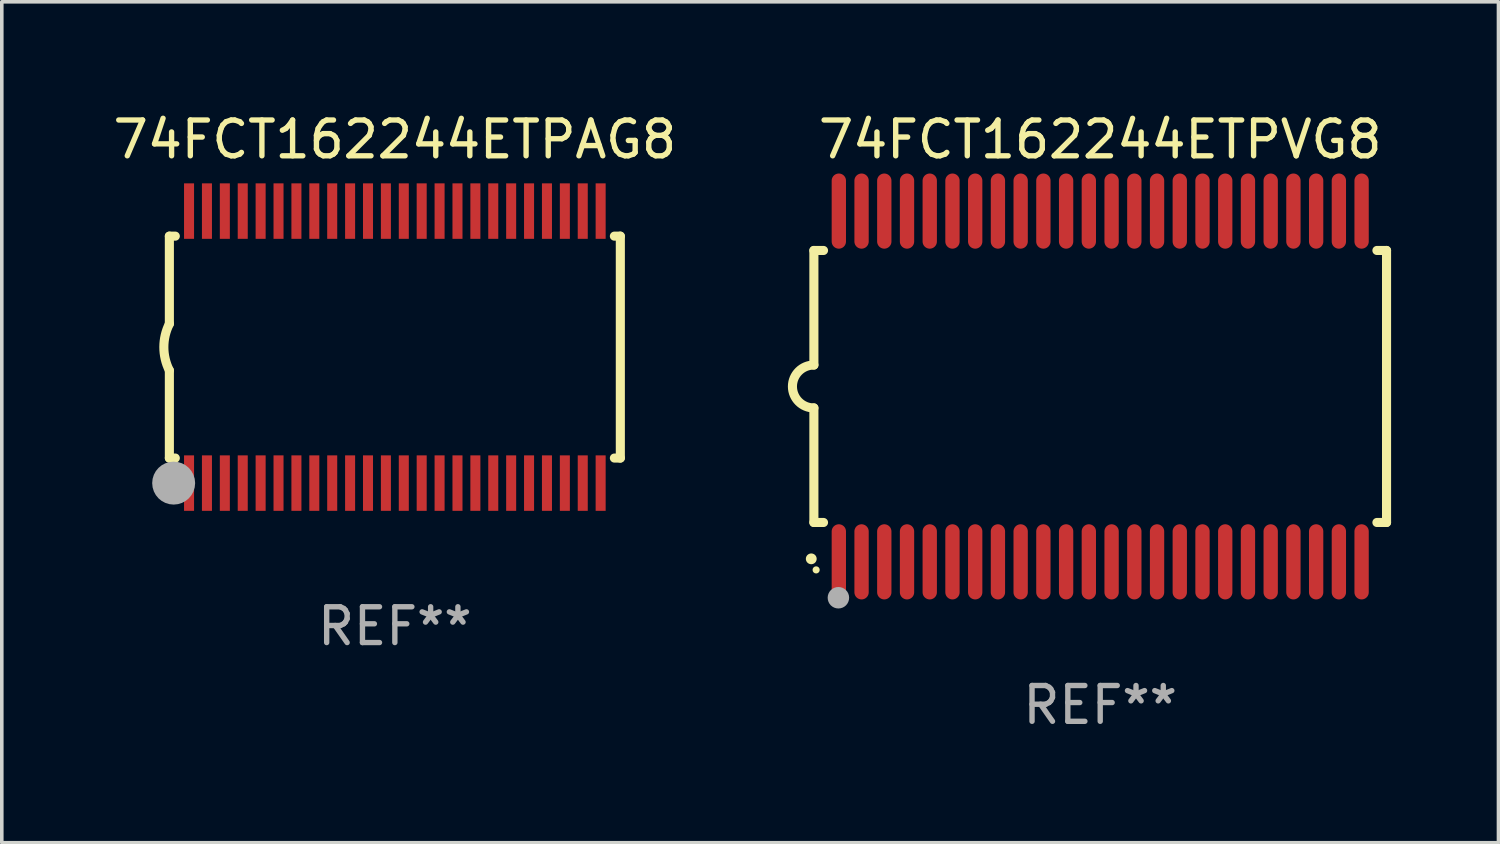
<source format=kicad_pcb>
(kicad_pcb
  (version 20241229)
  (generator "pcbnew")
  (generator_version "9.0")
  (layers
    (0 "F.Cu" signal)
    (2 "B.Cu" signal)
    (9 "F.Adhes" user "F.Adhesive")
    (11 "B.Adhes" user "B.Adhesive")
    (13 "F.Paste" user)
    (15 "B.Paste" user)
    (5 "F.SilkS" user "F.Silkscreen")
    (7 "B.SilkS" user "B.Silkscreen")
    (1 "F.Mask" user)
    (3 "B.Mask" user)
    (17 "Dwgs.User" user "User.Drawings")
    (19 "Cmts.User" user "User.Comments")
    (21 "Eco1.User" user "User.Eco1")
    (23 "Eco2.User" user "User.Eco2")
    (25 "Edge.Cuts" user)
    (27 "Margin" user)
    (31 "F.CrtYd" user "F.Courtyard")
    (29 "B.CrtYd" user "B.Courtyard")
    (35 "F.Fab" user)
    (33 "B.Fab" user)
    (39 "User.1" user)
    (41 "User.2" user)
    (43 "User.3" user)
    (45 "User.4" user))
  (footprint "74FCT162244ETPAG8"
    (layer "F.Cu")
    (at 7.982 6.648)
    (property "Reference" "74FCT162244ETPAG8" (at 0 -5.8 0) (layer "F.SilkS") (effects (font (size 1 1) (thickness 0.15))))
    (attr through_hole)
    (fp_line (start -6.3 -3.1) (end -6.3 -0.65) (stroke (width 0.254) (type solid)) (layer "F.SilkS"))
    (fp_line (start -6.3 -3.1) (end -6.134 -3.1) (stroke (width 0.254) (type solid)) (layer "F.SilkS"))
    (fp_line (start -6.3 3.1) (end -6.3 0.65) (stroke (width 0.254) (type solid)) (layer "F.SilkS"))
    (fp_line (start -6.3 3.1) (end -6.134 3.1) (stroke (width 0.254) (type solid)) (layer "F.SilkS"))
    (fp_line (start 6.134 -3.1) (end 6.3 -3.1) (stroke (width 0.254) (type solid)) (layer "F.SilkS"))
    (fp_line (start 6.134 3.1) (end 6.3 3.1) (stroke (width 0.254) (type solid)) (layer "F.SilkS"))
    (fp_line (start 6.3 -3.1) (end 6.3 3.1) (stroke (width 0.254) (type solid)) (layer "F.SilkS"))
    (fp_arc (start -6.301016 0.650114) (mid -6.45413 -0.000082) (end -6.3 -0.650038) (stroke (width 0.254001) (type solid)) (layer "F.SilkS"))
    (fp_circle (center -6.35 3.81) (end -6.223 3.81) (stroke (width 0.254) (type solid)) (fill no) (layer "F.SilkS"))
    (fp_circle (center -6.25 4.05) (end -6.22 4.05) (stroke (width 0.06) (type solid)) (fill no) (layer "F.SilkS"))
    (fp_circle (center -6.18 3.8) (end -5.88 3.8) (stroke (width 0.6) (type solid)) (fill no) (layer "F.Fab"))
    (fp_text user "REF**" (at 0 7.8 0) (layer "F.Fab") (effects (font (size 1 1) (thickness 0.15))))
    (pad "1" smd rect (at -5.75 3.8) (size 0.28 1.55) (layers "F.Cu" "F.Mask" "F.Paste"))
    (pad "2" smd rect (at -5.25 3.8) (size 0.28 1.55) (layers "F.Cu" "F.Mask" "F.Paste"))
    (pad "3" smd rect (at -4.75 3.8) (size 0.28 1.55) (layers "F.Cu" "F.Mask" "F.Paste"))
    (pad "4" smd rect (at -4.25 3.8) (size 0.28 1.55) (layers "F.Cu" "F.Mask" "F.Paste"))
    (pad "5" smd rect (at -3.75 3.8) (size 0.28 1.55) (layers "F.Cu" "F.Mask" "F.Paste"))
    (pad "6" smd rect (at -3.25 3.8) (size 0.28 1.55) (layers "F.Cu" "F.Mask" "F.Paste"))
    (pad "7" smd rect (at -2.75 3.8) (size 0.28 1.55) (layers "F.Cu" "F.Mask" "F.Paste"))
    (pad "8" smd rect (at -2.25 3.8) (size 0.28 1.55) (layers "F.Cu" "F.Mask" "F.Paste"))
    (pad "9" smd rect (at -1.75 3.8) (size 0.28 1.55) (layers "F.Cu" "F.Mask" "F.Paste"))
    (pad "10" smd rect (at -1.25 3.8) (size 0.28 1.55) (layers "F.Cu" "F.Mask" "F.Paste"))
    (pad "11" smd rect (at -0.75 3.8) (size 0.28 1.55) (layers "F.Cu" "F.Mask" "F.Paste"))
    (pad "12" smd rect (at -0.25 3.8) (size 0.28 1.55) (layers "F.Cu" "F.Mask" "F.Paste"))
    (pad "13" smd rect (at 0.25 3.8) (size 0.28 1.55) (layers "F.Cu" "F.Mask" "F.Paste"))
    (pad "14" smd rect (at 0.75 3.8) (size 0.28 1.55) (layers "F.Cu" "F.Mask" "F.Paste"))
    (pad "15" smd rect (at 1.25 3.8) (size 0.28 1.55) (layers "F.Cu" "F.Mask" "F.Paste"))
    (pad "16" smd rect (at 1.75 3.8) (size 0.28 1.55) (layers "F.Cu" "F.Mask" "F.Paste"))
    (pad "17" smd rect (at 2.25 3.8) (size 0.28 1.55) (layers "F.Cu" "F.Mask" "F.Paste"))
    (pad "18" smd rect (at 2.75 3.8) (size 0.28 1.55) (layers "F.Cu" "F.Mask" "F.Paste"))
    (pad "19" smd rect (at 3.25 3.8) (size 0.28 1.55) (layers "F.Cu" "F.Mask" "F.Paste"))
    (pad "20" smd rect (at 3.75 3.8) (size 0.28 1.55) (layers "F.Cu" "F.Mask" "F.Paste"))
    (pad "21" smd rect (at 4.25 3.8) (size 0.28 1.55) (layers "F.Cu" "F.Mask" "F.Paste"))
    (pad "22" smd rect (at 4.75 3.8) (size 0.28 1.55) (layers "F.Cu" "F.Mask" "F.Paste"))
    (pad "23" smd rect (at 5.25 3.8) (size 0.28 1.55) (layers "F.Cu" "F.Mask" "F.Paste"))
    (pad "24" smd rect (at 5.75 3.8) (size 0.28 1.55) (layers "F.Cu" "F.Mask" "F.Paste"))
    (pad "25" smd rect (at 5.75 -3.8) (size 0.28 1.55) (layers "F.Cu" "F.Mask" "F.Paste"))
    (pad "26" smd rect (at 5.25 -3.8) (size 0.28 1.55) (layers "F.Cu" "F.Mask" "F.Paste"))
    (pad "27" smd rect (at 4.75 -3.8) (size 0.28 1.55) (layers "F.Cu" "F.Mask" "F.Paste"))
    (pad "28" smd rect (at 4.25 -3.8) (size 0.28 1.55) (layers "F.Cu" "F.Mask" "F.Paste"))
    (pad "29" smd rect (at 3.75 -3.8) (size 0.28 1.55) (layers "F.Cu" "F.Mask" "F.Paste"))
    (pad "30" smd rect (at 3.25 -3.8) (size 0.28 1.55) (layers "F.Cu" "F.Mask" "F.Paste"))
    (pad "31" smd rect (at 2.75 -3.8) (size 0.28 1.55) (layers "F.Cu" "F.Mask" "F.Paste"))
    (pad "32" smd rect (at 2.25 -3.8) (size 0.28 1.55) (layers "F.Cu" "F.Mask" "F.Paste"))
    (pad "33" smd rect (at 1.75 -3.8) (size 0.28 1.55) (layers "F.Cu" "F.Mask" "F.Paste"))
    (pad "34" smd rect (at 1.25 -3.8) (size 0.28 1.55) (layers "F.Cu" "F.Mask" "F.Paste"))
    (pad "35" smd rect (at 0.75 -3.8) (size 0.28 1.55) (layers "F.Cu" "F.Mask" "F.Paste"))
    (pad "36" smd rect (at 0.25 -3.8) (size 0.28 1.55) (layers "F.Cu" "F.Mask" "F.Paste"))
    (pad "37" smd rect (at -0.25 -3.8) (size 0.28 1.55) (layers "F.Cu" "F.Mask" "F.Paste"))
    (pad "38" smd rect (at -0.75 -3.8) (size 0.28 1.55) (layers "F.Cu" "F.Mask" "F.Paste"))
    (pad "39" smd rect (at -1.25 -3.8) (size 0.28 1.55) (layers "F.Cu" "F.Mask" "F.Paste"))
    (pad "40" smd rect (at -1.75 -3.8) (size 0.28 1.55) (layers "F.Cu" "F.Mask" "F.Paste"))
    (pad "41" smd rect (at -2.25 -3.8) (size 0.28 1.55) (layers "F.Cu" "F.Mask" "F.Paste"))
    (pad "42" smd rect (at -2.75 -3.8) (size 0.28 1.55) (layers "F.Cu" "F.Mask" "F.Paste"))
    (pad "43" smd rect (at -3.25 -3.8) (size 0.28 1.55) (layers "F.Cu" "F.Mask" "F.Paste"))
    (pad "44" smd rect (at -3.75 -3.8) (size 0.28 1.55) (layers "F.Cu" "F.Mask" "F.Paste"))
    (pad "45" smd rect (at -4.25 -3.8) (size 0.28 1.55) (layers "F.Cu" "F.Mask" "F.Paste"))
    (pad "46" smd rect (at -4.75 -3.8) (size 0.28 1.55) (layers "F.Cu" "F.Mask" "F.Paste"))
    (pad "47" smd rect (at -5.25 -3.8) (size 0.28 1.55) (layers "F.Cu" "F.Mask" "F.Paste"))
    (pad "48" smd rect (at -5.75 -3.8) (size 0.28 1.55) (layers "F.Cu" "F.Mask" "F.Paste")))
  (footprint "74FCT162244ETPVG8"
    (layer "F.Cu")
    (at 27.69 7.748)
    (property "Reference" "74FCT162244ETPVG8" (at 0 -6.9 0) (layer "F.SilkS") (effects (font (size 1 1) (thickness 0.15))))
    (attr through_hole)
    (fp_line (start -8 -3.8) (end -8 -0.599) (stroke (width 0.254) (type solid)) (layer "F.SilkS"))
    (fp_line (start -8 -3.8) (end -7.731 -3.8) (stroke (width 0.254) (type solid)) (layer "F.SilkS"))
    (fp_line (start -8 3.8) (end -8 0.599) (stroke (width 0.254) (type solid)) (layer "F.SilkS"))
    (fp_line (start -7.731 3.8) (end -8 3.8) (stroke (width 0.254) (type solid)) (layer "F.SilkS"))
    (fp_line (start 7.731 -3.8) (end 8 -3.8) (stroke (width 0.254) (type solid)) (layer "F.SilkS"))
    (fp_line (start 8 -3.8) (end 8 3.8) (stroke (width 0.254) (type solid)) (layer "F.SilkS"))
    (fp_line (start 8 3.8) (end 7.731 3.8) (stroke (width 0.254) (type solid)) (layer "F.SilkS"))
    (fp_arc (start -8.074676 4.81585) (mid -8.073406 4.815845) (end -8.072136 4.81585) (stroke (width 0.3) (type solid)) (layer "F.SilkS"))
    (fp_arc (start -8.000025 0.6) (mid -8.598908 0.00056) (end -8.000027 -0.598882) (stroke (width 0.254001) (type solid)) (layer "F.SilkS"))
    (fp_circle (center -7.937 5.125) (end -7.887 5.125) (stroke (width 0.1) (type solid)) (fill no) (layer "F.SilkS"))
    (fp_circle (center -7.315 5.903) (end -7.165 5.903) (stroke (width 0.3) (type solid)) (fill no) (layer "F.Fab"))
    (fp_text user "REF**" (at 0 8.9 0) (layer "F.Fab") (effects (font (size 1 1) (thickness 0.15))))
    (pad "1" smd oval (at -7.303 4.9) (size 0.4 2.1) (layers "F.Cu" "F.Mask" "F.Paste"))
    (pad "2" smd oval (at -6.668 4.9) (size 0.4 2.1) (layers "F.Cu" "F.Mask" "F.Paste"))
    (pad "3" smd oval (at -6.033 4.9) (size 0.4 2.1) (layers "F.Cu" "F.Mask" "F.Paste"))
    (pad "4" smd oval (at -5.398 4.9) (size 0.4 2.1) (layers "F.Cu" "F.Mask" "F.Paste"))
    (pad "5" smd oval (at -4.763 4.9) (size 0.4 2.1) (layers "F.Cu" "F.Mask" "F.Paste"))
    (pad "6" smd oval (at -4.128 4.9) (size 0.4 2.1) (layers "F.Cu" "F.Mask" "F.Paste"))
    (pad "7" smd oval (at -3.493 4.9) (size 0.4 2.1) (layers "F.Cu" "F.Mask" "F.Paste"))
    (pad "8" smd oval (at -2.858 4.9) (size 0.4 2.1) (layers "F.Cu" "F.Mask" "F.Paste"))
    (pad "9" smd oval (at -2.223 4.9) (size 0.4 2.1) (layers "F.Cu" "F.Mask" "F.Paste"))
    (pad "10" smd oval (at -1.588 4.9) (size 0.4 2.1) (layers "F.Cu" "F.Mask" "F.Paste"))
    (pad "11" smd oval (at -0.953 4.9) (size 0.4 2.1) (layers "F.Cu" "F.Mask" "F.Paste"))
    (pad "12" smd oval (at -0.318 4.9) (size 0.4 2.1) (layers "F.Cu" "F.Mask" "F.Paste"))
    (pad "13" smd oval (at 0.318 4.9) (size 0.4 2.1) (layers "F.Cu" "F.Mask" "F.Paste"))
    (pad "14" smd oval (at 0.953 4.9) (size 0.4 2.1) (layers "F.Cu" "F.Mask" "F.Paste"))
    (pad "15" smd oval (at 1.588 4.9) (size 0.4 2.1) (layers "F.Cu" "F.Mask" "F.Paste"))
    (pad "16" smd oval (at 2.223 4.9) (size 0.4 2.1) (layers "F.Cu" "F.Mask" "F.Paste"))
    (pad "17" smd oval (at 2.858 4.9) (size 0.4 2.1) (layers "F.Cu" "F.Mask" "F.Paste"))
    (pad "18" smd oval (at 3.493 4.9) (size 0.4 2.1) (layers "F.Cu" "F.Mask" "F.Paste"))
    (pad "19" smd oval (at 4.128 4.9) (size 0.4 2.1) (layers "F.Cu" "F.Mask" "F.Paste"))
    (pad "20" smd oval (at 4.763 4.9) (size 0.4 2.1) (layers "F.Cu" "F.Mask" "F.Paste"))
    (pad "21" smd oval (at 5.398 4.9) (size 0.4 2.1) (layers "F.Cu" "F.Mask" "F.Paste"))
    (pad "22" smd oval (at 6.033 4.9) (size 0.4 2.1) (layers "F.Cu" "F.Mask" "F.Paste"))
    (pad "23" smd oval (at 6.668 4.9) (size 0.4 2.1) (layers "F.Cu" "F.Mask" "F.Paste"))
    (pad "24" smd oval (at 7.303 4.9) (size 0.4 2.1) (layers "F.Cu" "F.Mask" "F.Paste"))
    (pad "25" smd oval (at 7.303 -4.9 180) (size 0.4 2.1) (layers "F.Cu" "F.Mask" "F.Paste"))
    (pad "26" smd oval (at 6.668 -4.9 180) (size 0.4 2.1) (layers "F.Cu" "F.Mask" "F.Paste"))
    (pad "27" smd oval (at 6.033 -4.9 180) (size 0.4 2.1) (layers "F.Cu" "F.Mask" "F.Paste"))
    (pad "28" smd oval (at 5.398 -4.9 180) (size 0.4 2.1) (layers "F.Cu" "F.Mask" "F.Paste"))
    (pad "29" smd oval (at 4.763 -4.9 180) (size 0.4 2.1) (layers "F.Cu" "F.Mask" "F.Paste"))
    (pad "30" smd oval (at 4.128 -4.9 180) (size 0.4 2.1) (layers "F.Cu" "F.Mask" "F.Paste"))
    (pad "31" smd oval (at 3.493 -4.9 180) (size 0.4 2.1) (layers "F.Cu" "F.Mask" "F.Paste"))
    (pad "32" smd oval (at 2.858 -4.9 180) (size 0.4 2.1) (layers "F.Cu" "F.Mask" "F.Paste"))
    (pad "33" smd oval (at 2.223 -4.9 180) (size 0.4 2.1) (layers "F.Cu" "F.Mask" "F.Paste"))
    (pad "34" smd oval (at 1.588 -4.9 180) (size 0.4 2.1) (layers "F.Cu" "F.Mask" "F.Paste"))
    (pad "35" smd oval (at 0.953 -4.9 180) (size 0.4 2.1) (layers "F.Cu" "F.Mask" "F.Paste"))
    (pad "36" smd oval (at 0.318 -4.9 180) (size 0.4 2.1) (layers "F.Cu" "F.Mask" "F.Paste"))
    (pad "37" smd oval (at -0.318 -4.9 180) (size 0.4 2.1) (layers "F.Cu" "F.Mask" "F.Paste"))
    (pad "38" smd oval (at -0.953 -4.9 180) (size 0.4 2.1) (layers "F.Cu" "F.Mask" "F.Paste"))
    (pad "39" smd oval (at -1.588 -4.9 180) (size 0.4 2.1) (layers "F.Cu" "F.Mask" "F.Paste"))
    (pad "40" smd oval (at -2.223 -4.9 180) (size 0.4 2.1) (layers "F.Cu" "F.Mask" "F.Paste"))
    (pad "41" smd oval (at -2.858 -4.9 180) (size 0.4 2.1) (layers "F.Cu" "F.Mask" "F.Paste"))
    (pad "42" smd oval (at -3.493 -4.9 180) (size 0.4 2.1) (layers "F.Cu" "F.Mask" "F.Paste"))
    (pad "43" smd oval (at -4.128 -4.9 180) (size 0.4 2.1) (layers "F.Cu" "F.Mask" "F.Paste"))
    (pad "44" smd oval (at -4.763 -4.9 180) (size 0.4 2.1) (layers "F.Cu" "F.Mask" "F.Paste"))
    (pad "45" smd oval (at -5.398 -4.9 180) (size 0.4 2.1) (layers "F.Cu" "F.Mask" "F.Paste"))
    (pad "46" smd oval (at -6.033 -4.9 180) (size 0.4 2.1) (layers "F.Cu" "F.Mask" "F.Paste"))
    (pad "47" smd oval (at -6.668 -4.9 180) (size 0.4 2.1) (layers "F.Cu" "F.Mask" "F.Paste"))
    (pad "48" smd oval (at -7.303 -4.9 180) (size 0.4 2.1) (layers "F.Cu" "F.Mask" "F.Paste")))
  (gr_rect
    (start -3 -3)
    (end 38.817 20.496)
    (stroke (width 0.1) (type default))
    (fill no)
    (layer "Edge.Cuts")))
</source>
